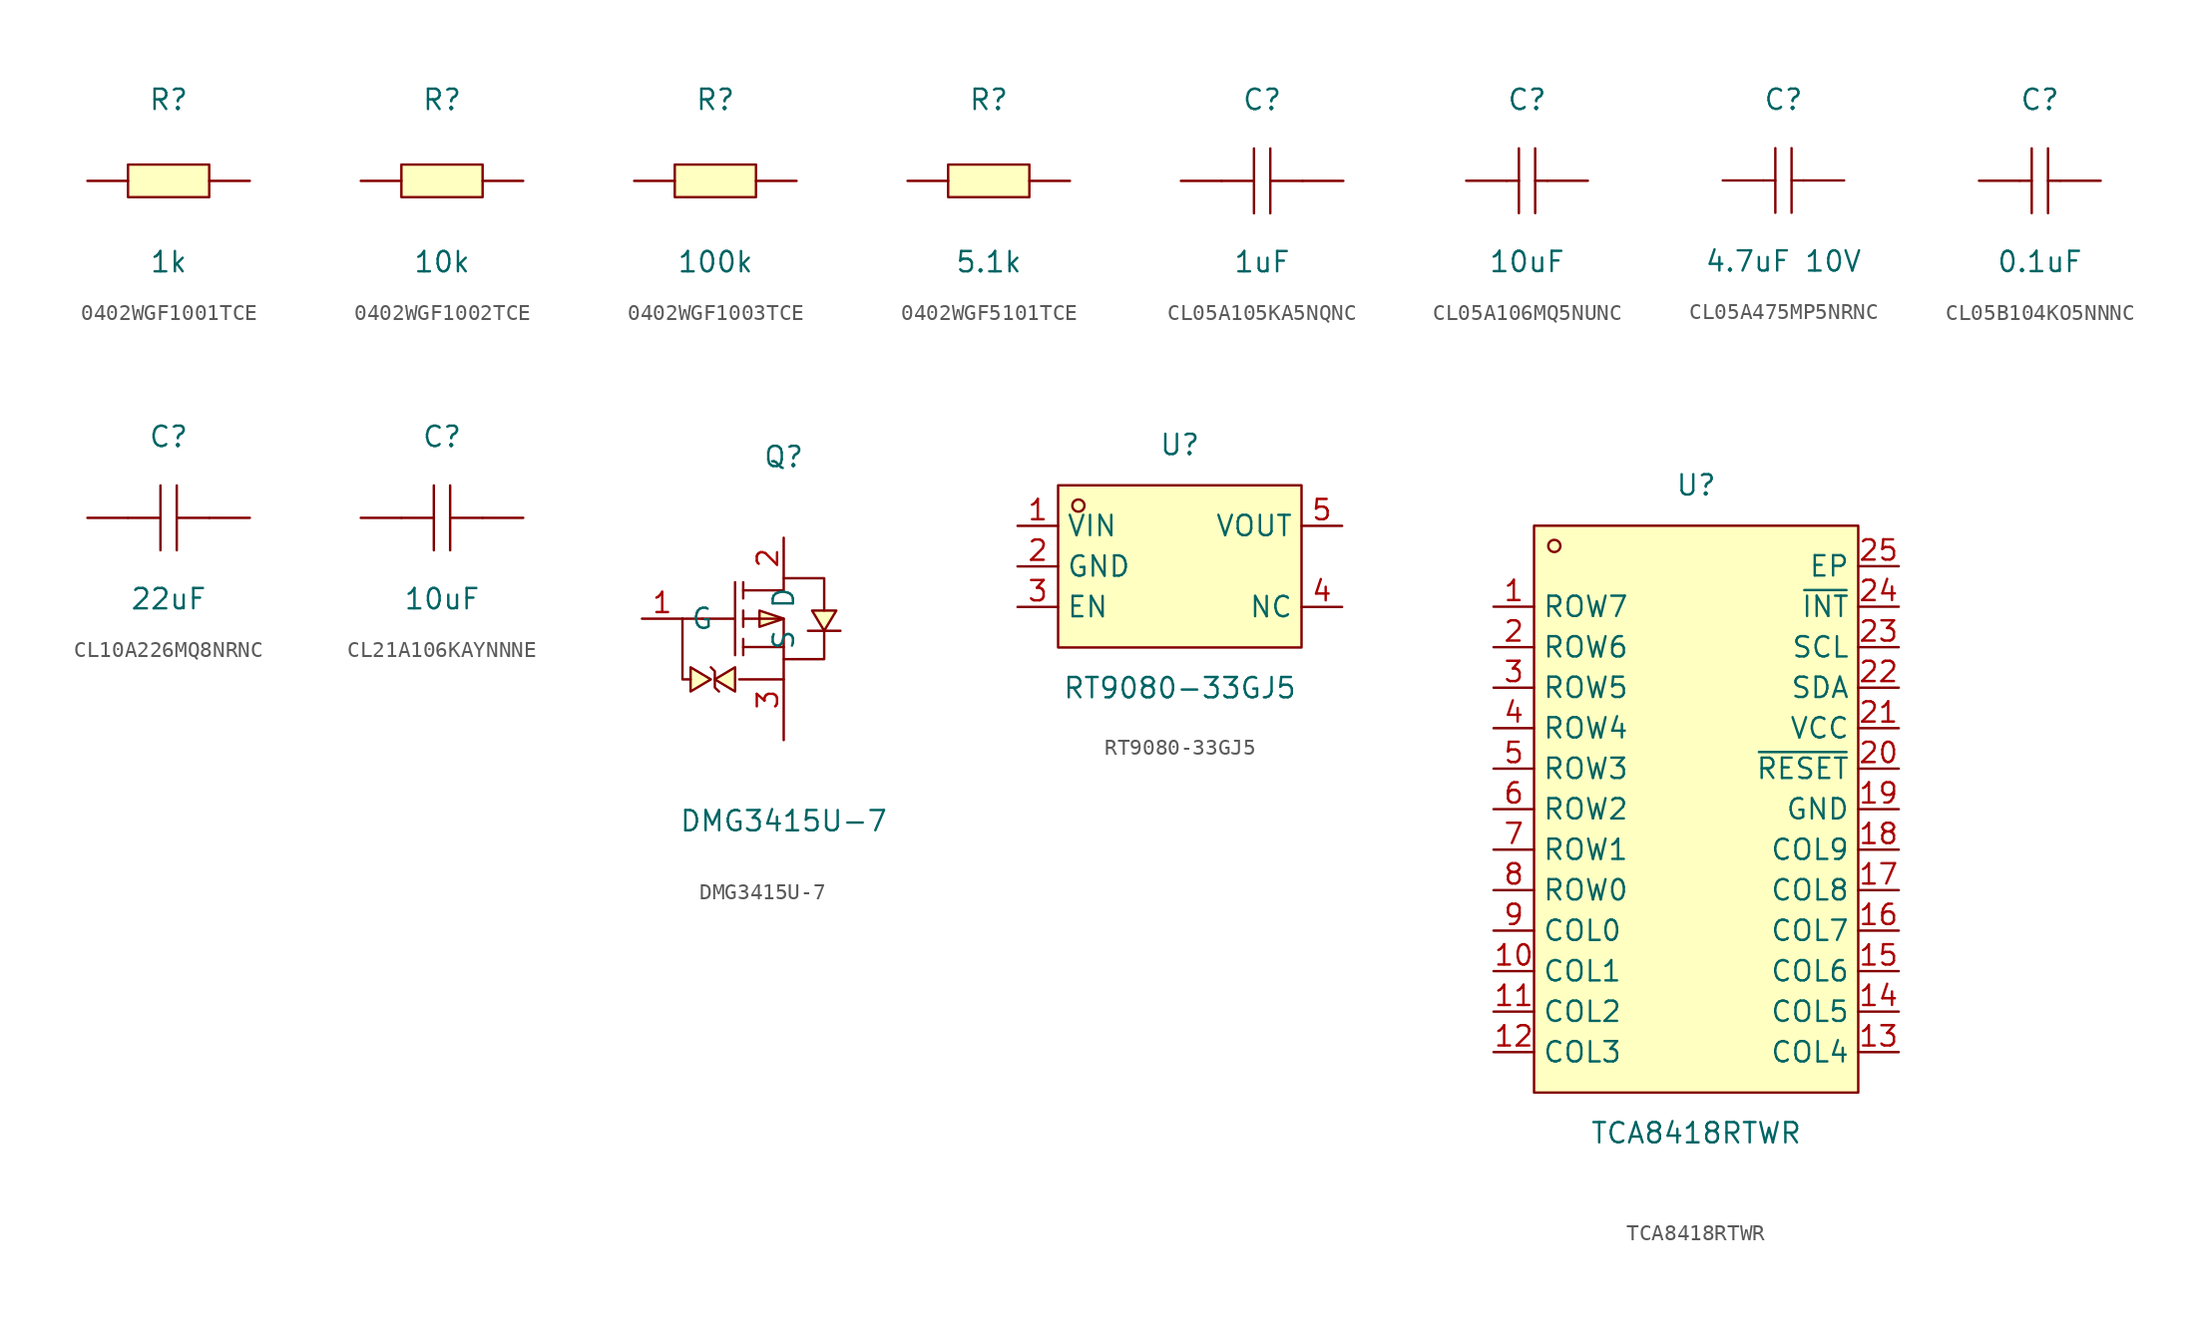
<source format=kicad_sym>
(kicad_symbol_lib
  (version 20231120)
  (generator "kicad_symbol_editor")
  (generator_version "8.0")
  (symbol "0402WGF1001TCE"
    (pin_numbers hide)
    (pin_names
      (offset 0) hide)
    (property "Reference" "R"
      (at 0 5.08 0)
      (effects (font (size 1.27 1.27))))
    (property "Value" "1k"
      (at 0 -5.08 0)
      (effects (font (size 1.27 1.27))))
    (symbol "0402WGF1001TCE_0_1"
      (rectangle (start -2.54 1.02) (end 2.54 -1.02) (stroke (width 0) (type default)) (fill (type background)))
      (pin input line (at -5.08 0 0) (length 2.54) (name "1" (effects (font (size 1.27 1.27)))) (number "1" (effects (font (size 1.27 1.27)))))
      (pin input line (at 5.08 0 180) (length 2.54) (name "2" (effects (font (size 1.27 1.27)))) (number "2" (effects (font (size 1.27 1.27)))))))
  (symbol "0402WGF1002TCE"
    (pin_numbers hide)
    (pin_names
      (offset 0) hide)
    (property "Reference" "R"
      (at 0 5.08 0)
      (effects (font (size 1.27 1.27))))
    (property "Value" "10k"
      (at 0 -5.08 0)
      (effects (font (size 1.27 1.27))))
    (symbol "0402WGF1002TCE_0_1"
      (rectangle (start -2.54 1.02) (end 2.54 -1.02) (stroke (width 0) (type default)) (fill (type background)))
      (pin unspecified line (at -5.08 0 0) (length 2.54) (name "1" (effects (font (size 1.27 1.27)))) (number "1" (effects (font (size 1.27 1.27)))))
      (pin unspecified line (at 5.08 0 180) (length 2.54) (name "2" (effects (font (size 1.27 1.27)))) (number "2" (effects (font (size 1.27 1.27)))))))
  (symbol "0402WGF1003TCE"
    (pin_numbers hide)
    (pin_names
      (offset 0) hide)
    (property "Reference" "R"
      (at 0 5.08 0)
      (effects (font (size 1.27 1.27))))
    (property "Value" "100k"
      (at 0 -5.08 0)
      (effects (font (size 1.27 1.27))))
    (symbol "0402WGF1003TCE_0_1"
      (rectangle (start -2.54 1.02) (end 2.54 -1.02) (stroke (width 0) (type default)) (fill (type background)))
      (pin input line (at -5.08 0 0) (length 2.54) (name "1" (effects (font (size 1.27 1.27)))) (number "1" (effects (font (size 1.27 1.27)))))
      (pin input line (at 5.08 0 180) (length 2.54) (name "2" (effects (font (size 1.27 1.27)))) (number "2" (effects (font (size 1.27 1.27)))))))
  (symbol "0402WGF5101TCE"
    (pin_numbers hide)
    (pin_names
      (offset 0) hide)
    (property "Reference" "R"
      (at 0 5.08 0)
      (effects (font (size 1.27 1.27))))
    (property "Value" "5.1k"
      (at 0 -5.08 0)
      (effects (font (size 1.27 1.27))))
    (symbol "0402WGF5101TCE_0_1"
      (rectangle (start -2.54 1.02) (end 2.54 -1.02) (stroke (width 0) (type default)) (fill (type background)))
      (pin input line (at -5.08 0 0) (length 2.54) (name "1" (effects (font (size 1.27 1.27)))) (number "1" (effects (font (size 1.27 1.27)))))
      (pin input line (at 5.08 0 180) (length 2.54) (name "2" (effects (font (size 1.27 1.27)))) (number "2" (effects (font (size 1.27 1.27)))))))
  (symbol "CL05A105KA5NQNC"
    (pin_numbers hide)
    (pin_names
      (offset 0) hide)
    (property "Reference" "C"
      (at 0 5.08 0)
      (effects (font (size 1.27 1.27))))
    (property "Value" "1uF"
      (at 0 -5.08 0)
      (effects (font (size 1.27 1.27))))
    (symbol "CL05A105KA5NQNC_0_1"
      (polyline (pts (xy -0.51 -2.03) (xy -0.51 2.03)) (stroke (width 0) (type default)) (fill (type none)))
      (polyline (pts (xy -0.51 0) (xy -2.54 0)) (stroke (width 0) (type default)) (fill (type none)))
      (polyline (pts (xy 0.51 2.03) (xy 0.51 -2.03)) (stroke (width 0) (type default)) (fill (type none)))
      (polyline (pts (xy 2.54 0) (xy 0.51 0)) (stroke (width 0) (type default)) (fill (type none)))
      (pin unspecified line (at -5.08 0 0) (length 2.54) (name "1" (effects (font (size 1.27 1.27)))) (number "1" (effects (font (size 1.27 1.27)))))
      (pin unspecified line (at 5.08 0 180) (length 2.54) (name "2" (effects (font (size 1.27 1.27)))) (number "2" (effects (font (size 1.27 1.27)))))))
  (symbol "CL05A106MQ5NUNC"
    (pin_numbers hide)
    (pin_names
      (offset 0) hide)
    (property "Reference" "C"
      (at 0 5.08 0)
      (effects (font (size 1.27 1.27))))
    (property "Value" "10uF"
      (at 0 -5.08 0)
      (effects (font (size 1.27 1.27))))
    (symbol "CL05A106MQ5NUNC_0_1"
      (polyline (pts (xy -1.27 0) (xy -0.51 0)) (stroke (width 0) (type default)) (fill (type none)))
      (polyline (pts (xy -0.51 2.03) (xy -0.51 -2.03)) (stroke (width 0) (type default)) (fill (type none)))
      (polyline (pts (xy 0.51 0) (xy 1.27 0)) (stroke (width 0) (type default)) (fill (type none)))
      (polyline (pts (xy 0.51 2.03) (xy 0.51 -2.03)) (stroke (width 0) (type default)) (fill (type none)))
      (pin input line (at -3.81 0 0) (length 2.54) (name "1" (effects (font (size 1.27 1.27)))) (number "1" (effects (font (size 1.27 1.27)))))
      (pin input line (at 3.81 0 180) (length 2.54) (name "2" (effects (font (size 1.27 1.27)))) (number "2" (effects (font (size 1.27 1.27)))))))
  (symbol "CL05A475MP5NRNC"
    (pin_numbers hide)
    (pin_names hide)
    (property "Reference" "C"
      (at 0 5.08 0)
      (effects (font (size 1.27 1.27))))
    (property "Value" "4.7uF 10V"
      (at 0 -5.08 0)
      (effects (font (size 1.27 1.27))))
    (symbol "CL05A475MP5NRNC_0_1"
      (polyline (pts (xy -1.27 0) (xy -0.51 0)) (stroke (width 0) (type default)) (fill (type none)))
      (polyline (pts (xy -0.51 2.03) (xy -0.51 -2.03)) (stroke (width 0) (type default)) (fill (type none)))
      (polyline (pts (xy 0.51 0) (xy 1.27 0)) (stroke (width 0) (type default)) (fill (type none)))
      (polyline (pts (xy 0.51 2.03) (xy 0.51 -2.03)) (stroke (width 0) (type default)) (fill (type none)))
      (pin input line (at -3.81 0 0) (length 2.54) (name "1" (effects (font (size 1.27 1.27)))) (number "1" (effects (font (size 1.27 1.27)))))
      (pin input line (at 3.81 0 180) (length 2.54) (name "2" (effects (font (size 1.27 1.27)))) (number "2" (effects (font (size 1.27 1.27)))))))
  (symbol "CL05B104KO5NNNC"
    (pin_numbers hide)
    (pin_names
      (offset 0) hide)
    (property "Reference" "C"
      (at 0 5.08 0)
      (effects (font (size 1.27 1.27))))
    (property "Value" "0.1uF"
      (at 0 -5.08 0)
      (effects (font (size 1.27 1.27))))
    (symbol "CL05B104KO5NNNC_0_1"
      (polyline (pts (xy -1.27 0) (xy -0.51 0)) (stroke (width 0) (type default)) (fill (type none)))
      (polyline (pts (xy -0.51 2.03) (xy -0.51 -2.03)) (stroke (width 0) (type default)) (fill (type none)))
      (polyline (pts (xy 0.51 0) (xy 1.27 0)) (stroke (width 0) (type default)) (fill (type none)))
      (polyline (pts (xy 0.51 2.03) (xy 0.51 -2.03)) (stroke (width 0) (type default)) (fill (type none)))
      (pin input line (at -3.81 0 0) (length 2.54) (name "1" (effects (font (size 1.27 1.27)))) (number "1" (effects (font (size 1.27 1.27)))))
      (pin input line (at 3.81 0 180) (length 2.54) (name "2" (effects (font (size 1.27 1.27)))) (number "2" (effects (font (size 1.27 1.27)))))))
  (symbol "CL10A226MQ8NRNC"
    (pin_numbers hide)
    (pin_names
      (offset 0) hide)
    (property "Reference" "C"
      (at 0 5.08 0)
      (effects (font (size 1.27 1.27))))
    (property "Value" "22uF"
      (at 0 -5.08 0)
      (effects (font (size 1.27 1.27))))
    (symbol "CL10A226MQ8NRNC_0_1"
      (polyline (pts (xy -0.51 -2.03) (xy -0.51 2.03)) (stroke (width 0) (type default)) (fill (type none)))
      (polyline (pts (xy -0.51 0) (xy -2.54 0)) (stroke (width 0) (type default)) (fill (type none)))
      (polyline (pts (xy 0.51 2.03) (xy 0.51 -2.03)) (stroke (width 0) (type default)) (fill (type none)))
      (polyline (pts (xy 2.54 0) (xy 0.51 0)) (stroke (width 0) (type default)) (fill (type none)))
      (pin unspecified line (at -5.08 0 0) (length 2.54) (name "1" (effects (font (size 1.27 1.27)))) (number "1" (effects (font (size 1.27 1.27)))))
      (pin unspecified line (at 5.08 0 180) (length 2.54) (name "2" (effects (font (size 1.27 1.27)))) (number "2" (effects (font (size 1.27 1.27)))))))
  (symbol "CL21A106KAYNNNE"
    (pin_numbers hide)
    (pin_names
      (offset 0) hide)
    (property "Reference" "C"
      (at 0 5.08 0)
      (effects (font (size 1.27 1.27))))
    (property "Value" "10uF"
      (at 0 -5.08 0)
      (effects (font (size 1.27 1.27))))
    (symbol "CL21A106KAYNNNE_0_1"
      (polyline (pts (xy -0.51 -2.03) (xy -0.51 2.03)) (stroke (width 0) (type default)) (fill (type none)))
      (polyline (pts (xy -0.51 0) (xy -2.54 0)) (stroke (width 0) (type default)) (fill (type none)))
      (polyline (pts (xy 0.51 2.03) (xy 0.51 -2.03)) (stroke (width 0) (type default)) (fill (type none)))
      (polyline (pts (xy 2.54 0) (xy 0.51 0)) (stroke (width 0) (type default)) (fill (type none)))
      (pin unspecified line (at -5.08 0 0) (length 2.54) (name "1" (effects (font (size 1.27 1.27)))) (number "1" (effects (font (size 1.27 1.27)))))
      (pin unspecified line (at 5.08 0 180) (length 2.54) (name "2" (effects (font (size 1.27 1.27)))) (number "2" (effects (font (size 1.27 1.27)))))))
  (symbol "DMG3415U-7"
    (property "Reference" "Q"
      (at 0 10.16 0)
      (effects (font (size 1.27 1.27))))
    (property "Value" "DMG3415U-7"
      (at 0 -12.7 0)
      (effects (font (size 1.27 1.27))))
    (symbol "DMG3415U-7_0_1"
      (polyline (pts (xy -6.35 0) (xy -5.08 0)) (stroke (width 0) (type default)) (fill (type none)))
      (polyline (pts (xy -5.08 0) (xy -3.05 0)) (stroke (width 0) (type default)) (fill (type none)))
      (polyline (pts (xy -3.05 2.29) (xy -3.05 -2.29)) (stroke (width 0) (type default)) (fill (type none)))
      (polyline (pts (xy -2.79 -3.81) (xy 0 -3.81)) (stroke (width 0) (type default)) (fill (type none)))
      (polyline (pts (xy -2.54 -2.29) (xy -2.54 -1.27)) (stroke (width 0) (type default)) (fill (type none)))
      (polyline (pts (xy -2.54 -0.51) (xy -2.54 0.51)) (stroke (width 0) (type default)) (fill (type none)))
      (polyline (pts (xy -2.54 2.29) (xy -2.54 1.27)) (stroke (width 0) (type default)) (fill (type none)))
      (polyline (pts (xy 0 -1.78) (xy -2.54 -1.78)) (stroke (width 0) (type default)) (fill (type none)))
      (polyline (pts (xy -6.35 0) (xy -6.35 -3.81) (xy -5.84 -3.81)) (stroke (width 0) (type default)) (fill (type none)))
      (polyline (pts (xy -4.32 -3.81) (xy -4.32 -4.32) (xy -4.06 -4.57)) (stroke (width 0) (type default)) (fill (type none)))
      (polyline (pts (xy -4.32 -3.81) (xy -4.32 -3.3) (xy -4.57 -3.05)) (stroke (width 0) (type default)) (fill (type none)))
      (polyline (pts (xy -4.57 -3.81) (xy -5.84 -3.05) (xy -5.84 -4.57) (xy -4.57 -3.81)) (stroke (width 0) (type default)) (fill (type background)))
      (polyline (pts (xy -4.32 -3.81) (xy -3.05 -4.57) (xy -3.05 -3.05) (xy -4.32 -3.81)) (stroke (width 0) (type default)) (fill (type background)))
      (polyline (pts (xy 0 0) (xy -1.52 -0.51) (xy -1.52 0.51) (xy 0 0)) (stroke (width 0) (type default)) (fill (type background)))
      (polyline (pts (xy 2.54 -0.76) (xy 1.78 0.51) (xy 3.3 0.51) (xy 2.54 -0.76)) (stroke (width 0) (type default)) (fill (type background)))
      (polyline (pts (xy 3.56 -0.76) (xy 3.05 -0.76) (xy 2.03 -0.76) (xy 1.52 -0.76)) (stroke (width 0) (type default)) (fill (type none)))
      (polyline (pts (xy -2.54 0) (xy 0 0) (xy 0 -2.54) (xy 2.54 -2.54) (xy 2.54 -0.76)) (stroke (width 0) (type default)) (fill (type none)))
      (polyline (pts (xy -2.54 1.78) (xy 0 1.78) (xy 0 2.54) (xy 2.54 2.54) (xy 2.54 0.51)) (stroke (width 0) (type default)) (fill (type none)))
      (pin unspecified line (at -8.89 0 0) (length 2.54) (name "G" (effects (font (size 1.27 1.27)))) (number "1" (effects (font (size 1.27 1.27)))))
      (pin unspecified line (at 0 5.08 270) (length 2.54) (name "D" (effects (font (size 1.27 1.27)))) (number "2" (effects (font (size 1.27 1.27)))))
      (pin unspecified line (at 0 -7.62 90) (length 5.08) (name "S" (effects (font (size 1.27 1.27)))) (number "3" (effects (font (size 1.27 1.27)))))))
  (symbol "RT9080-33GJ5"
    (property "Reference" "U"
      (at 0 7.62 0)
      (effects (font (size 1.27 1.27))))
    (property "Value" "RT9080-33GJ5"
      (at 0 -7.62 0)
      (effects (font (size 1.27 1.27))))
    (symbol "RT9080-33GJ5_0_1"
      (rectangle (start -7.62 5.08) (end 7.62 -5.08) (stroke (width 0) (type default)) (fill (type background)))
      (circle (center -6.35 3.81) (radius 0.38) (stroke (width 0) (type default)) (fill (type none)))
      (pin unspecified line (at -10.16 2.54 0) (length 2.54) (name "VIN" (effects (font (size 1.27 1.27)))) (number "1" (effects (font (size 1.27 1.27)))))
      (pin unspecified line (at -10.16 0 0) (length 2.54) (name "GND" (effects (font (size 1.27 1.27)))) (number "2" (effects (font (size 1.27 1.27)))))
      (pin unspecified line (at -10.16 -2.54 0) (length 2.54) (name "EN" (effects (font (size 1.27 1.27)))) (number "3" (effects (font (size 1.27 1.27)))))
      (pin unspecified line (at 10.16 -2.54 180) (length 2.54) (name "NC" (effects (font (size 1.27 1.27)))) (number "4" (effects (font (size 1.27 1.27)))))
      (pin unspecified line (at 10.16 2.54 180) (length 2.54) (name "VOUT" (effects (font (size 1.27 1.27)))) (number "5" (effects (font (size 1.27 1.27)))))))
  (symbol "TCA8418RTWR"
    (property "Reference" "U"
      (at 0 20.32 0)
      (effects (font (size 1.27 1.27))))
    (property "Value" "TCA8418RTWR"
      (at 0 -20.32 0)
      (effects (font (size 1.27 1.27))))
    (symbol "TCA8418RTWR_0_1"
      (rectangle (start -10.16 17.78) (end 10.16 -17.78) (stroke (width 0) (type default)) (fill (type background)))
      (circle (center -8.89 16.51) (radius 0.38) (stroke (width 0) (type default)) (fill (type none)))
      (pin unspecified line (at -12.7 12.7 0) (length 2.54) (name "ROW7" (effects (font (size 1.27 1.27)))) (number "1" (effects (font (size 1.27 1.27)))))
      (pin unspecified line (at -12.7 -10.16 0) (length 2.54) (name "COL1" (effects (font (size 1.27 1.27)))) (number "10" (effects (font (size 1.27 1.27)))))
      (pin unspecified line (at -12.7 -12.7 0) (length 2.54) (name "COL2" (effects (font (size 1.27 1.27)))) (number "11" (effects (font (size 1.27 1.27)))))
      (pin unspecified line (at -12.7 -15.24 0) (length 2.54) (name "COL3" (effects (font (size 1.27 1.27)))) (number "12" (effects (font (size 1.27 1.27)))))
      (pin unspecified line (at 12.7 -15.24 180) (length 2.54) (name "COL4" (effects (font (size 1.27 1.27)))) (number "13" (effects (font (size 1.27 1.27)))))
      (pin unspecified line (at 12.7 -12.7 180) (length 2.54) (name "COL5" (effects (font (size 1.27 1.27)))) (number "14" (effects (font (size 1.27 1.27)))))
      (pin unspecified line (at 12.7 -10.16 180) (length 2.54) (name "COL6" (effects (font (size 1.27 1.27)))) (number "15" (effects (font (size 1.27 1.27)))))
      (pin unspecified line (at 12.7 -7.62 180) (length 2.54) (name "COL7" (effects (font (size 1.27 1.27)))) (number "16" (effects (font (size 1.27 1.27)))))
      (pin unspecified line (at 12.7 -5.08 180) (length 2.54) (name "COL8" (effects (font (size 1.27 1.27)))) (number "17" (effects (font (size 1.27 1.27)))))
      (pin unspecified line (at 12.7 -2.54 180) (length 2.54) (name "COL9" (effects (font (size 1.27 1.27)))) (number "18" (effects (font (size 1.27 1.27)))))
      (pin unspecified line (at 12.7 0 180) (length 2.54) (name "GND" (effects (font (size 1.27 1.27)))) (number "19" (effects (font (size 1.27 1.27)))))
      (pin unspecified line (at -12.7 10.16 0) (length 2.54) (name "ROW6" (effects (font (size 1.27 1.27)))) (number "2" (effects (font (size 1.27 1.27)))))
      (pin unspecified line (at 12.7 2.54 180) (length 2.54) (name "~{RESET}" (effects (font (size 1.27 1.27)))) (number "20" (effects (font (size 1.27 1.27)))))
      (pin unspecified line (at 12.7 5.08 180) (length 2.54) (name "VCC" (effects (font (size 1.27 1.27)))) (number "21" (effects (font (size 1.27 1.27)))))
      (pin unspecified line (at 12.7 7.62 180) (length 2.54) (name "SDA" (effects (font (size 1.27 1.27)))) (number "22" (effects (font (size 1.27 1.27)))))
      (pin unspecified line (at 12.7 10.16 180) (length 2.54) (name "SCL" (effects (font (size 1.27 1.27)))) (number "23" (effects (font (size 1.27 1.27)))))
      (pin unspecified line (at 12.7 12.7 180) (length 2.54) (name "~{INT}" (effects (font (size 1.27 1.27)))) (number "24" (effects (font (size 1.27 1.27)))))
      (pin unspecified line (at 12.7 15.24 180) (length 2.54) (name "EP" (effects (font (size 1.27 1.27)))) (number "25" (effects (font (size 1.27 1.27)))))
      (pin unspecified line (at -12.7 7.62 0) (length 2.54) (name "ROW5" (effects (font (size 1.27 1.27)))) (number "3" (effects (font (size 1.27 1.27)))))
      (pin unspecified line (at -12.7 5.08 0) (length 2.54) (name "ROW4" (effects (font (size 1.27 1.27)))) (number "4" (effects (font (size 1.27 1.27)))))
      (pin unspecified line (at -12.7 2.54 0) (length 2.54) (name "ROW3" (effects (font (size 1.27 1.27)))) (number "5" (effects (font (size 1.27 1.27)))))
      (pin unspecified line (at -12.7 0 0) (length 2.54) (name "ROW2" (effects (font (size 1.27 1.27)))) (number "6" (effects (font (size 1.27 1.27)))))
      (pin unspecified line (at -12.7 -2.54 0) (length 2.54) (name "ROW1" (effects (font (size 1.27 1.27)))) (number "7" (effects (font (size 1.27 1.27)))))
      (pin unspecified line (at -12.7 -5.08 0) (length 2.54) (name "ROW0" (effects (font (size 1.27 1.27)))) (number "8" (effects (font (size 1.27 1.27)))))
      (pin unspecified line (at -12.7 -7.62 0) (length 2.54) (name "COL0" (effects (font (size 1.27 1.27)))) (number "9" (effects (font (size 1.27 1.27))))))))
</source>
